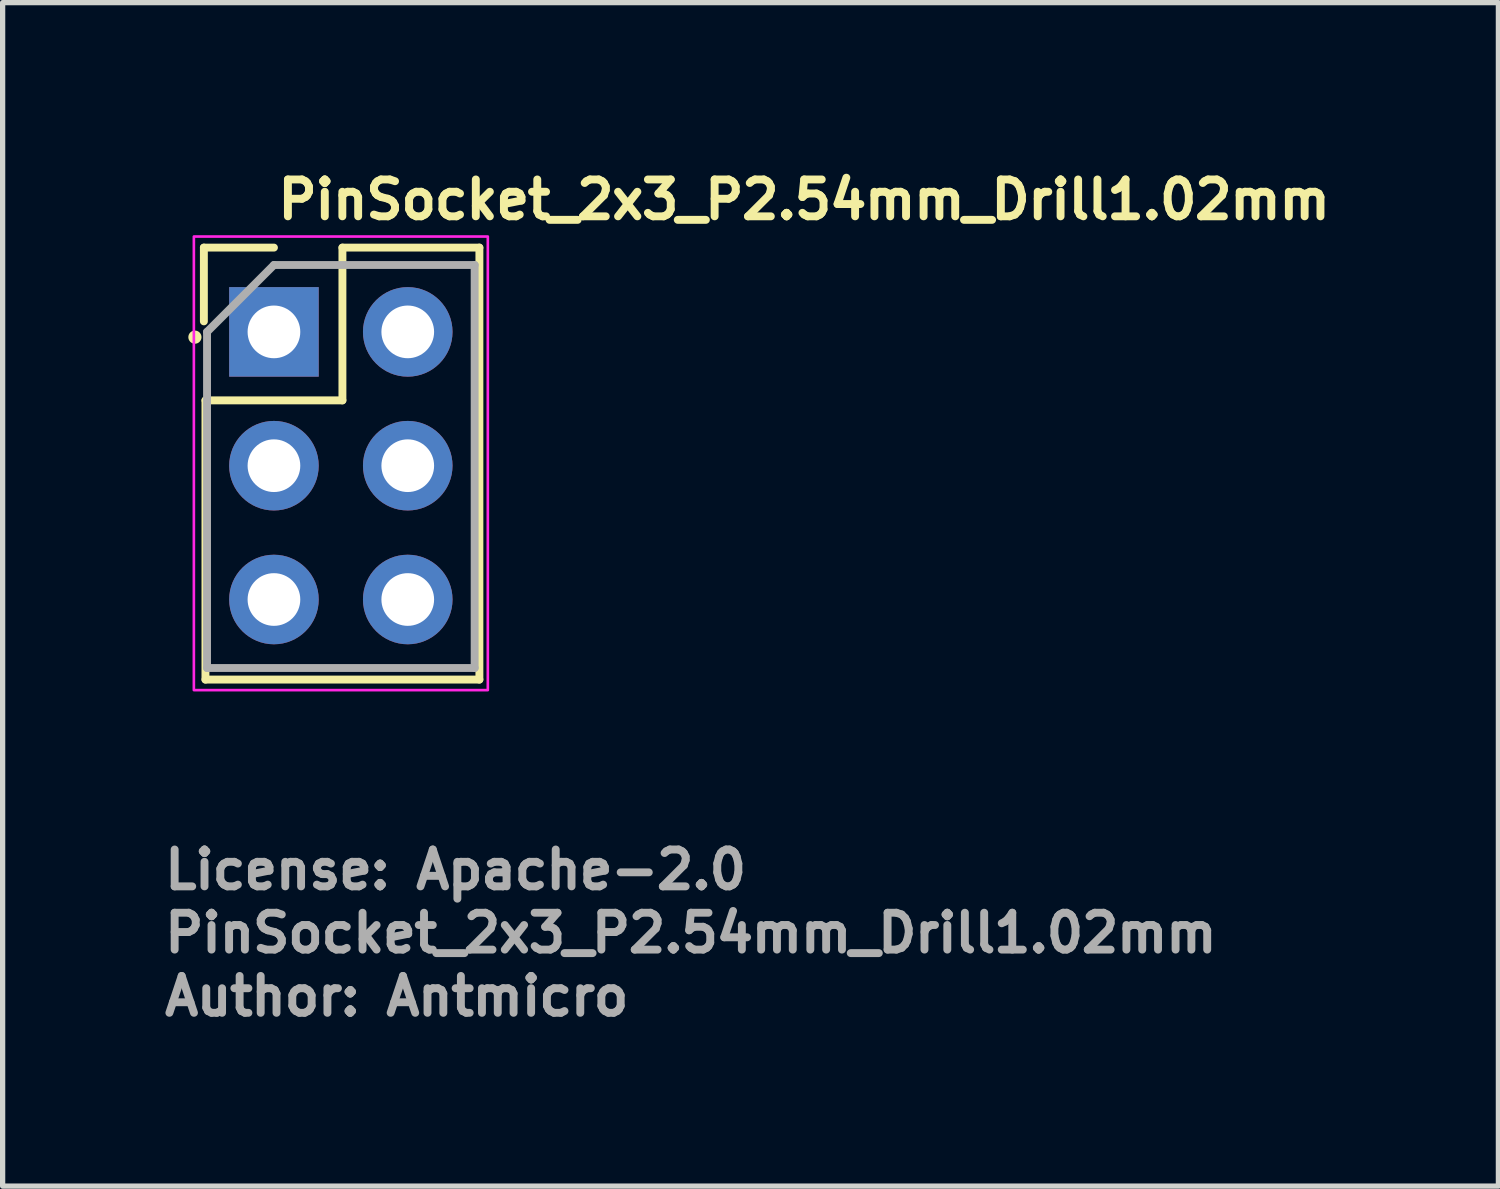
<source format=kicad_pcb>
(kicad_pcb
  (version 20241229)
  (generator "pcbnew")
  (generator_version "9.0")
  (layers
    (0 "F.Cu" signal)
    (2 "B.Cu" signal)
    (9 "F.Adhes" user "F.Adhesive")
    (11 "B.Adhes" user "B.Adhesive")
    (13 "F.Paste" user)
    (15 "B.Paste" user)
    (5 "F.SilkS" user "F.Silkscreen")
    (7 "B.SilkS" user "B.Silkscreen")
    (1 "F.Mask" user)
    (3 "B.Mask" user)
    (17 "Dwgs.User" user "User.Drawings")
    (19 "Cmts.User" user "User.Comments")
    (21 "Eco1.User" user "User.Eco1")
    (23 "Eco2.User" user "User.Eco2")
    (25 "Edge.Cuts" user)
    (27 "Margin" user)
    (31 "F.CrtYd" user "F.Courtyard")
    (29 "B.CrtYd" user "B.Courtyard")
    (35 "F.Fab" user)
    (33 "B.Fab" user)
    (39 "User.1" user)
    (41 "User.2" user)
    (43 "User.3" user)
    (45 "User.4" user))
  (footprint "PinSocket_2x3_P2.54mm_Drill1.02mm"
    (layer "F.Cu")
    (at 2.15 3.25)
    (property "Reference" "PinSocket_2x3_P2.54mm_Drill1.02mm" (at 0 -2.1 0) (layer "F.SilkS") (effects (font (size 0.7 0.7) (thickness 0.15)) (justify left bottom)))
    (attr through_hole)
    (fp_line (start -1.33 -1.6) (end 0 -1.6) (stroke (width 0.15) (type solid)) (layer "F.SilkS"))
    (fp_line (start -1.33 -0.2) (end -1.33 -1.6) (stroke (width 0.15) (type solid)) (layer "F.SilkS"))
    (fp_line (start -1.3 1.3) (end -1.3 6.6) (stroke (width 0.15) (type solid)) (layer "F.SilkS"))
    (fp_line (start -1.3 1.3) (end 1.3 1.3) (stroke (width 0.15) (type solid)) (layer "F.SilkS"))
    (fp_line (start -1.3 6.6) (end 3.9 6.6) (stroke (width 0.15) (type solid)) (layer "F.SilkS"))
    (fp_line (start 1.3 -1.6) (end 3.9 -1.6) (stroke (width 0.15) (type solid)) (layer "F.SilkS"))
    (fp_line (start 1.3 1.3) (end 1.3 -1.6) (stroke (width 0.15) (type solid)) (layer "F.SilkS"))
    (fp_line (start 3.9 -1.6) (end 3.9 6.6) (stroke (width 0.15) (type solid)) (layer "F.SilkS"))
    (fp_circle (center -1.5 0.1) (end -1.45 0.1) (stroke (width 0.15) (type solid)) (fill yes) (layer "F.SilkS"))
    (fp_rect (start -1.52 -1.81) (end 4.06 6.8) (stroke (width 0.05) (type solid)) (fill no) (layer "F.CrtYd"))
    (fp_line (start -1.27 0) (end 0 -1.27) (stroke (width 0.15) (type solid)) (layer "F.Fab"))
    (fp_line (start -1.27 6.38) (end -1.27 0) (stroke (width 0.15) (type solid)) (layer "F.Fab"))
    (fp_line (start 0 -1.27) (end 3.81 -1.27) (stroke (width 0.15) (type solid)) (layer "F.Fab"))
    (fp_line (start 3.81 -1.27) (end 3.81 6.38) (stroke (width 0.15) (type solid)) (layer "F.Fab"))
    (fp_line (start 3.81 6.38) (end -1.27 6.38) (stroke (width 0.15) (type solid)) (layer "F.Fab"))
    (fp_rect (start -1.27 -1.56) (end 3.81 6.559) (stroke (width 0.1) (type solid)) (fill no) (layer "User.5"))
    (fp_line (start -1.27 6.559) (end -1.27 -1.56) (stroke (width 0.02) (type solid)) (layer "User.9"))
    (fp_line (start -0.55 -0.59) (end 0.55 -0.59) (stroke (width 0.02) (type solid)) (layer "User.9"))
    (fp_line (start -0.55 0.51) (end -0.55 -0.59) (stroke (width 0.02) (type solid)) (layer "User.9"))
    (fp_line (start -0.55 0.51) (end -0.349 0.31) (stroke (width 0.02) (type solid)) (layer "User.9"))
    (fp_line (start -0.55 1.95) (end 0.55 1.95) (stroke (width 0.02) (type solid)) (layer "User.9"))
    (fp_line (start -0.55 3.049) (end -0.55 1.95) (stroke (width 0.02) (type solid)) (layer "User.9"))
    (fp_line (start -0.55 3.049) (end -0.349 2.85) (stroke (width 0.02) (type solid)) (layer "User.9"))
    (fp_line (start -0.55 4.49) (end 0.55 4.49) (stroke (width 0.02) (type solid)) (layer "User.9"))
    (fp_line (start -0.55 5.59) (end -0.55 4.49) (stroke (width 0.02) (type solid)) (layer "User.9"))
    (fp_line (start -0.55 5.59) (end -0.349 5.39) (stroke (width 0.02) (type solid)) (layer "User.9"))
    (fp_line (start -0.349 -0.39) (end -0.55 -0.59) (stroke (width 0.02) (type solid)) (layer "User.9"))
    (fp_line (start -0.349 -0.39) (end -0.349 0.31) (stroke (width 0.02) (type solid)) (layer "User.9"))
    (fp_line (start -0.349 0.31) (end 0.349 0.31) (stroke (width 0.02) (type solid)) (layer "User.9"))
    (fp_line (start -0.349 2.15) (end -0.55 1.95) (stroke (width 0.02) (type solid)) (layer "User.9"))
    (fp_line (start -0.349 2.15) (end -0.349 2.85) (stroke (width 0.02) (type solid)) (layer "User.9"))
    (fp_line (start -0.349 2.85) (end 0.349 2.85) (stroke (width 0.02) (type solid)) (layer "User.9"))
    (fp_line (start -0.349 4.69) (end -0.55 4.49) (stroke (width 0.02) (type solid)) (layer "User.9"))
    (fp_line (start -0.349 4.69) (end -0.349 5.39) (stroke (width 0.02) (type solid)) (layer "User.9"))
    (fp_line (start -0.349 5.39) (end 0.349 5.39) (stroke (width 0.02) (type solid)) (layer "User.9"))
    (fp_line (start -0.2 -0.223) (end -0.2 -0.39) (stroke (width 0.02) (type solid)) (layer "User.9"))
    (fp_line (start -0.2 -0.221) (end 0.2 -0.221) (stroke (width 0.02) (type solid)) (layer "User.9"))
    (fp_line (start -0.2 -0.04) (end -0.2 -0.221) (stroke (width 0.02) (type solid)) (layer "User.9"))
    (fp_line (start -0.2 -0.04) (end 0.2 -0.04) (stroke (width 0.02) (type solid)) (layer "User.9"))
    (fp_line (start -0.2 0.141) (end -0.2 -0.04) (stroke (width 0.02) (type solid)) (layer "User.9"))
    (fp_line (start -0.2 0.141) (end 0.2 0.141) (stroke (width 0.02) (type solid)) (layer "User.9"))
    (fp_line (start -0.2 0.31) (end -0.2 0.143) (stroke (width 0.02) (type solid)) (layer "User.9"))
    (fp_line (start -0.2 2.316) (end -0.2 2.15) (stroke (width 0.02) (type solid)) (layer "User.9"))
    (fp_line (start -0.2 2.318) (end 0.2 2.318) (stroke (width 0.02) (type solid)) (layer "User.9"))
    (fp_line (start -0.2 2.5) (end -0.2 2.318) (stroke (width 0.02) (type solid)) (layer "User.9"))
    (fp_line (start -0.2 2.5) (end 0.2 2.5) (stroke (width 0.02) (type solid)) (layer "User.9"))
    (fp_line (start -0.2 2.681) (end -0.2 2.5) (stroke (width 0.02) (type solid)) (layer "User.9"))
    (fp_line (start -0.2 2.681) (end 0.2 2.681) (stroke (width 0.02) (type solid)) (layer "User.9"))
    (fp_line (start -0.2 2.85) (end -0.2 2.683) (stroke (width 0.02) (type solid)) (layer "User.9"))
    (fp_line (start -0.2 4.856) (end -0.2 4.69) (stroke (width 0.02) (type solid)) (layer "User.9"))
    (fp_line (start -0.2 4.858) (end 0.2 4.858) (stroke (width 0.02) (type solid)) (layer "User.9"))
    (fp_line (start -0.2 5.04) (end -0.2 4.858) (stroke (width 0.02) (type solid)) (layer "User.9"))
    (fp_line (start -0.2 5.04) (end 0.2 5.04) (stroke (width 0.02) (type solid)) (layer "User.9"))
    (fp_line (start -0.2 5.221) (end -0.2 5.04) (stroke (width 0.02) (type solid)) (layer "User.9"))
    (fp_line (start -0.2 5.221) (end 0.2 5.221) (stroke (width 0.02) (type solid)) (layer "User.9"))
    (fp_line (start -0.2 5.39) (end -0.2 5.223) (stroke (width 0.02) (type solid)) (layer "User.9"))
    (fp_line (start 0.2 -0.223) (end 0.2 -0.39) (stroke (width 0.02) (type solid)) (layer "User.9"))
    (fp_line (start 0.2 -0.04) (end 0.2 -0.221) (stroke (width 0.02) (type solid)) (layer "User.9"))
    (fp_line (start 0.2 0.141) (end 0.2 -0.04) (stroke (width 0.02) (type solid)) (layer "User.9"))
    (fp_line (start 0.2 0.31) (end 0.2 0.143) (stroke (width 0.02) (type solid)) (layer "User.9"))
    (fp_line (start 0.2 2.316) (end 0.2 2.15) (stroke (width 0.02) (type solid)) (layer "User.9"))
    (fp_line (start 0.2 2.5) (end 0.2 2.318) (stroke (width 0.02) (type solid)) (layer "User.9"))
    (fp_line (start 0.2 2.681) (end 0.2 2.5) (stroke (width 0.02) (type solid)) (layer "User.9"))
    (fp_line (start 0.2 2.85) (end 0.2 2.683) (stroke (width 0.02) (type solid)) (layer "User.9"))
    (fp_line (start 0.2 4.856) (end 0.2 4.69) (stroke (width 0.02) (type solid)) (layer "User.9"))
    (fp_line (start 0.2 5.04) (end 0.2 4.858) (stroke (width 0.02) (type solid)) (layer "User.9"))
    (fp_line (start 0.2 5.221) (end 0.2 5.04) (stroke (width 0.02) (type solid)) (layer "User.9"))
    (fp_line (start 0.2 5.39) (end 0.2 5.223) (stroke (width 0.02) (type solid)) (layer "User.9"))
    (fp_line (start 0.349 -0.39) (end -0.349 -0.39) (stroke (width 0.02) (type solid)) (layer "User.9"))
    (fp_line (start 0.349 0.31) (end 0.349 -0.39) (stroke (width 0.02) (type solid)) (layer "User.9"))
    (fp_line (start 0.349 2.15) (end -0.349 2.15) (stroke (width 0.02) (type solid)) (layer "User.9"))
    (fp_line (start 0.349 2.85) (end 0.349 2.15) (stroke (width 0.02) (type solid)) (layer "User.9"))
    (fp_line (start 0.349 4.69) (end -0.349 4.69) (stroke (width 0.02) (type solid)) (layer "User.9"))
    (fp_line (start 0.349 5.39) (end 0.349 4.69) (stroke (width 0.02) (type solid)) (layer "User.9"))
    (fp_line (start 0.55 -0.59) (end 0.349 -0.39) (stroke (width 0.02) (type solid)) (layer "User.9"))
    (fp_line (start 0.55 -0.59) (end 0.55 0.51) (stroke (width 0.02) (type solid)) (layer "User.9"))
    (fp_line (start 0.55 0.51) (end -0.55 0.51) (stroke (width 0.02) (type solid)) (layer "User.9"))
    (fp_line (start 0.55 0.51) (end 0.349 0.31) (stroke (width 0.02) (type solid)) (layer "User.9"))
    (fp_line (start 0.55 1.95) (end 0.349 2.15) (stroke (width 0.02) (type solid)) (layer "User.9"))
    (fp_line (start 0.55 1.95) (end 0.55 3.049) (stroke (width 0.02) (type solid)) (layer "User.9"))
    (fp_line (start 0.55 3.049) (end -0.55 3.049) (stroke (width 0.02) (type solid)) (layer "User.9"))
    (fp_line (start 0.55 3.049) (end 0.349 2.85) (stroke (width 0.02) (type solid)) (layer "User.9"))
    (fp_line (start 0.55 4.49) (end 0.349 4.69) (stroke (width 0.02) (type solid)) (layer "User.9"))
    (fp_line (start 0.55 4.49) (end 0.55 5.59) (stroke (width 0.02) (type solid)) (layer "User.9"))
    (fp_line (start 0.55 5.59) (end -0.55 5.59) (stroke (width 0.02) (type solid)) (layer "User.9"))
    (fp_line (start 0.55 5.59) (end 0.349 5.39) (stroke (width 0.02) (type solid)) (layer "User.9"))
    (fp_line (start 1.99 -0.59) (end 3.09 -0.59) (stroke (width 0.02) (type solid)) (layer "User.9"))
    (fp_line (start 1.99 0.51) (end 1.99 -0.59) (stroke (width 0.02) (type solid)) (layer "User.9"))
    (fp_line (start 1.99 0.51) (end 2.19 0.31) (stroke (width 0.02) (type solid)) (layer "User.9"))
    (fp_line (start 1.99 1.95) (end 3.09 1.95) (stroke (width 0.02) (type solid)) (layer "User.9"))
    (fp_line (start 1.99 3.049) (end 1.99 1.95) (stroke (width 0.02) (type solid)) (layer "User.9"))
    (fp_line (start 1.99 3.049) (end 2.19 2.85) (stroke (width 0.02) (type solid)) (layer "User.9"))
    (fp_line (start 1.99 4.49) (end 3.09 4.49) (stroke (width 0.02) (type solid)) (layer "User.9"))
    (fp_line (start 1.99 5.59) (end 1.99 4.49) (stroke (width 0.02) (type solid)) (layer "User.9"))
    (fp_line (start 1.99 5.59) (end 2.19 5.39) (stroke (width 0.02) (type solid)) (layer "User.9"))
    (fp_line (start 2.19 -0.39) (end 1.99 -0.59) (stroke (width 0.02) (type solid)) (layer "User.9"))
    (fp_line (start 2.19 -0.39) (end 2.19 0.31) (stroke (width 0.02) (type solid)) (layer "User.9"))
    (fp_line (start 2.19 0.31) (end 2.89 0.31) (stroke (width 0.02) (type solid)) (layer "User.9"))
    (fp_line (start 2.19 2.15) (end 1.99 1.95) (stroke (width 0.02) (type solid)) (layer "User.9"))
    (fp_line (start 2.19 2.15) (end 2.19 2.85) (stroke (width 0.02) (type solid)) (layer "User.9"))
    (fp_line (start 2.19 2.85) (end 2.89 2.85) (stroke (width 0.02) (type solid)) (layer "User.9"))
    (fp_line (start 2.19 4.69) (end 1.99 4.49) (stroke (width 0.02) (type solid)) (layer "User.9"))
    (fp_line (start 2.19 4.69) (end 2.19 5.39) (stroke (width 0.02) (type solid)) (layer "User.9"))
    (fp_line (start 2.19 5.39) (end 2.89 5.39) (stroke (width 0.02) (type solid)) (layer "User.9"))
    (fp_line (start 2.34 -0.223) (end 2.34 -0.39) (stroke (width 0.02) (type solid)) (layer "User.9"))
    (fp_line (start 2.34 -0.221) (end 2.74 -0.221) (stroke (width 0.02) (type solid)) (layer "User.9"))
    (fp_line (start 2.34 -0.04) (end 2.34 -0.221) (stroke (width 0.02) (type solid)) (layer "User.9"))
    (fp_line (start 2.34 -0.04) (end 2.74 -0.04) (stroke (width 0.02) (type solid)) (layer "User.9"))
    (fp_line (start 2.34 0.141) (end 2.34 -0.04) (stroke (width 0.02) (type solid)) (layer "User.9"))
    (fp_line (start 2.34 0.141) (end 2.74 0.141) (stroke (width 0.02) (type solid)) (layer "User.9"))
    (fp_line (start 2.34 0.31) (end 2.34 0.143) (stroke (width 0.02) (type solid)) (layer "User.9"))
    (fp_line (start 2.34 2.316) (end 2.34 2.15) (stroke (width 0.02) (type solid)) (layer "User.9"))
    (fp_line (start 2.34 2.318) (end 2.74 2.318) (stroke (width 0.02) (type solid)) (layer "User.9"))
    (fp_line (start 2.34 2.5) (end 2.34 2.318) (stroke (width 0.02) (type solid)) (layer "User.9"))
    (fp_line (start 2.34 2.5) (end 2.74 2.5) (stroke (width 0.02) (type solid)) (layer "User.9"))
    (fp_line (start 2.34 2.681) (end 2.34 2.5) (stroke (width 0.02) (type solid)) (layer "User.9"))
    (fp_line (start 2.34 2.681) (end 2.74 2.681) (stroke (width 0.02) (type solid)) (layer "User.9"))
    (fp_line (start 2.34 2.85) (end 2.34 2.683) (stroke (width 0.02) (type solid)) (layer "User.9"))
    (fp_line (start 2.34 4.856) (end 2.34 4.69) (stroke (width 0.02) (type solid)) (layer "User.9"))
    (fp_line (start 2.34 4.858) (end 2.74 4.858) (stroke (width 0.02) (type solid)) (layer "User.9"))
    (fp_line (start 2.34 5.04) (end 2.34 4.858) (stroke (width 0.02) (type solid)) (layer "User.9"))
    (fp_line (start 2.34 5.04) (end 2.74 5.04) (stroke (width 0.02) (type solid)) (layer "User.9"))
    (fp_line (start 2.34 5.221) (end 2.34 5.04) (stroke (width 0.02) (type solid)) (layer "User.9"))
    (fp_line (start 2.34 5.221) (end 2.74 5.221) (stroke (width 0.02) (type solid)) (layer "User.9"))
    (fp_line (start 2.34 5.39) (end 2.34 5.223) (stroke (width 0.02) (type solid)) (layer "User.9"))
    (fp_line (start 2.74 -0.223) (end 2.74 -0.39) (stroke (width 0.02) (type solid)) (layer "User.9"))
    (fp_line (start 2.74 -0.04) (end 2.74 -0.221) (stroke (width 0.02) (type solid)) (layer "User.9"))
    (fp_line (start 2.74 0.141) (end 2.74 -0.04) (stroke (width 0.02) (type solid)) (layer "User.9"))
    (fp_line (start 2.74 0.31) (end 2.74 0.143) (stroke (width 0.02) (type solid)) (layer "User.9"))
    (fp_line (start 2.74 2.316) (end 2.74 2.15) (stroke (width 0.02) (type solid)) (layer "User.9"))
    (fp_line (start 2.74 2.5) (end 2.74 2.318) (stroke (width 0.02) (type solid)) (layer "User.9"))
    (fp_line (start 2.74 2.681) (end 2.74 2.5) (stroke (width 0.02) (type solid)) (layer "User.9"))
    (fp_line (start 2.74 2.85) (end 2.74 2.683) (stroke (width 0.02) (type solid)) (layer "User.9"))
    (fp_line (start 2.74 4.856) (end 2.74 4.69) (stroke (width 0.02) (type solid)) (layer "User.9"))
    (fp_line (start 2.74 5.04) (end 2.74 4.858) (stroke (width 0.02) (type solid)) (layer "User.9"))
    (fp_line (start 2.74 5.221) (end 2.74 5.04) (stroke (width 0.02) (type solid)) (layer "User.9"))
    (fp_line (start 2.74 5.39) (end 2.74 5.223) (stroke (width 0.02) (type solid)) (layer "User.9"))
    (fp_line (start 2.89 -0.39) (end 2.19 -0.39) (stroke (width 0.02) (type solid)) (layer "User.9"))
    (fp_line (start 2.89 0.31) (end 2.89 -0.39) (stroke (width 0.02) (type solid)) (layer "User.9"))
    (fp_line (start 2.89 2.15) (end 2.19 2.15) (stroke (width 0.02) (type solid)) (layer "User.9"))
    (fp_line (start 2.89 2.85) (end 2.89 2.15) (stroke (width 0.02) (type solid)) (layer "User.9"))
    (fp_line (start 2.89 4.69) (end 2.19 4.69) (stroke (width 0.02) (type solid)) (layer "User.9"))
    (fp_line (start 2.89 5.39) (end 2.89 4.69) (stroke (width 0.02) (type solid)) (layer "User.9"))
    (fp_line (start 3.09 -0.59) (end 2.89 -0.39) (stroke (width 0.02) (type solid)) (layer "User.9"))
    (fp_line (start 3.09 -0.59) (end 3.09 0.51) (stroke (width 0.02) (type solid)) (layer "User.9"))
    (fp_line (start 3.09 0.51) (end 1.99 0.51) (stroke (width 0.02) (type solid)) (layer "User.9"))
    (fp_line (start 3.09 0.51) (end 2.89 0.31) (stroke (width 0.02) (type solid)) (layer "User.9"))
    (fp_line (start 3.09 1.95) (end 2.89 2.15) (stroke (width 0.02) (type solid)) (layer "User.9"))
    (fp_line (start 3.09 1.95) (end 3.09 3.049) (stroke (width 0.02) (type solid)) (layer "User.9"))
    (fp_line (start 3.09 3.049) (end 1.99 3.049) (stroke (width 0.02) (type solid)) (layer "User.9"))
    (fp_line (start 3.09 3.049) (end 2.89 2.85) (stroke (width 0.02) (type solid)) (layer "User.9"))
    (fp_line (start 3.09 4.49) (end 2.89 4.69) (stroke (width 0.02) (type solid)) (layer "User.9"))
    (fp_line (start 3.09 4.49) (end 3.09 5.59) (stroke (width 0.02) (type solid)) (layer "User.9"))
    (fp_line (start 3.09 5.59) (end 1.99 5.59) (stroke (width 0.02) (type solid)) (layer "User.9"))
    (fp_line (start 3.09 5.59) (end 2.89 5.39) (stroke (width 0.02) (type solid)) (layer "User.9"))
    (fp_line (start 3.81 -1.56) (end -1.27 -1.56) (stroke (width 0.02) (type solid)) (layer "User.9"))
    (fp_line (start 3.81 6.559) (end -1.27 6.559) (stroke (width 0.02) (type solid)) (layer "User.9"))
    (fp_line (start 3.81 6.559) (end 3.81 -1.56) (stroke (width 0.02) (type solid)) (layer "User.9"))
    (fp_text user "Author: Antmicro" (at -2.15 13.019 0) (layer "F.Fab") (effects (font (size 0.7 0.7) (thickness 0.15)) (justify left bottom)))
    (fp_text user "License: Apache-2.0" (at -2.15 10.619 0) (layer "F.Fab") (effects (font (size 0.7 0.7) (thickness 0.15)) (justify left bottom)))
    (fp_text user "${REFERENCE}" (at -2.15 11.819 0) (layer "F.Fab") (effects (font (size 0.7 0.7) (thickness 0.15)) (justify left bottom)))
    (pad "1" thru_hole rect (at 0 0) (size 1.7 1.7) (drill 1) (layers "*.Cu" "*.Mask"))
    (pad "2" thru_hole oval (at 2.54 0) (size 1.7 1.7) (drill 1) (layers "*.Cu" "*.Mask"))
    (pad "3" thru_hole oval (at 0 2.54) (size 1.7 1.7) (drill 1) (layers "*.Cu" "*.Mask"))
    (pad "4" thru_hole oval (at 2.54 2.54) (size 1.7 1.7) (drill 1) (layers "*.Cu" "*.Mask"))
    (pad "5" thru_hole oval (at 0 5.08) (size 1.7 1.7) (drill 1) (layers "*.Cu" "*.Mask"))
    (pad "6" thru_hole oval (at 2.54 5.08) (size 1.7 1.7) (drill 1) (layers "*.Cu" "*.Mask")))
  (gr_rect
    (start -3 -3)
    (end 25.393 19.465)
    (stroke (width 0.1) (type default))
    (fill no)
    (layer "Edge.Cuts")))
</source>
